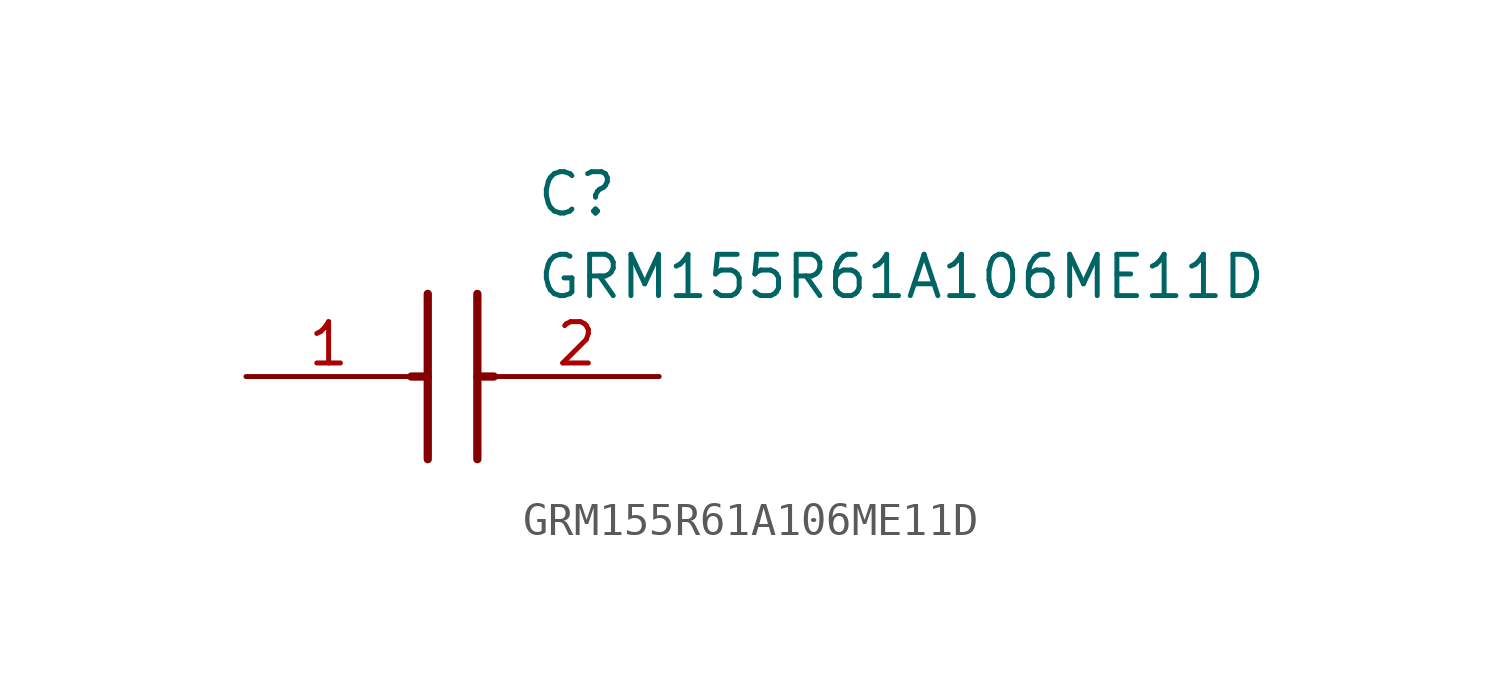
<source format=kicad_sym>
(kicad_symbol_lib
  (version 20211014)
  (generator SamacSys_ECAD_Model)
  (symbol "GRM155R61A106ME11D"
    (pin_names hide)
    (property "Reference" "C"
      (at 8.89 6.35 0)
      (effects (font (size 1.27 1.27)) (justify left top)))
    (property "Value" "GRM155R61A106ME11D"
      (at 8.89 3.81 0)
      (effects (font (size 1.27 1.27)) (justify left top)))
    (polyline
      (pts (xy 5.588 2.54) (xy 5.588 -2.54))
      (stroke (width 0.254) (type default))
      (fill (type none)))
    (polyline
      (pts (xy 7.112 2.54) (xy 7.112 -2.54))
      (stroke (width 0.254) (type default))
      (fill (type none)))
    (polyline
      (pts (xy 5.08 0) (xy 5.588 0))
      (stroke (width 0.254) (type default))
      (fill (type none)))
    (polyline
      (pts (xy 7.112 0) (xy 7.62 0))
      (stroke (width 0.254) (type default))
      (fill (type none)))
    (pin passive line
      (at 0 0 0)
      (length 5.08)
      (name "1" (effects (font (size 1.27 1.27))))
      (number "1" (effects (font (size 1.27 1.27)))))
    (pin passive line
      (at 12.7 0 180)
      (length 5.08)
      (name "2" (effects (font (size 1.27 1.27))))
      (number "2" (effects (font (size 1.27 1.27)))))))
</source>
